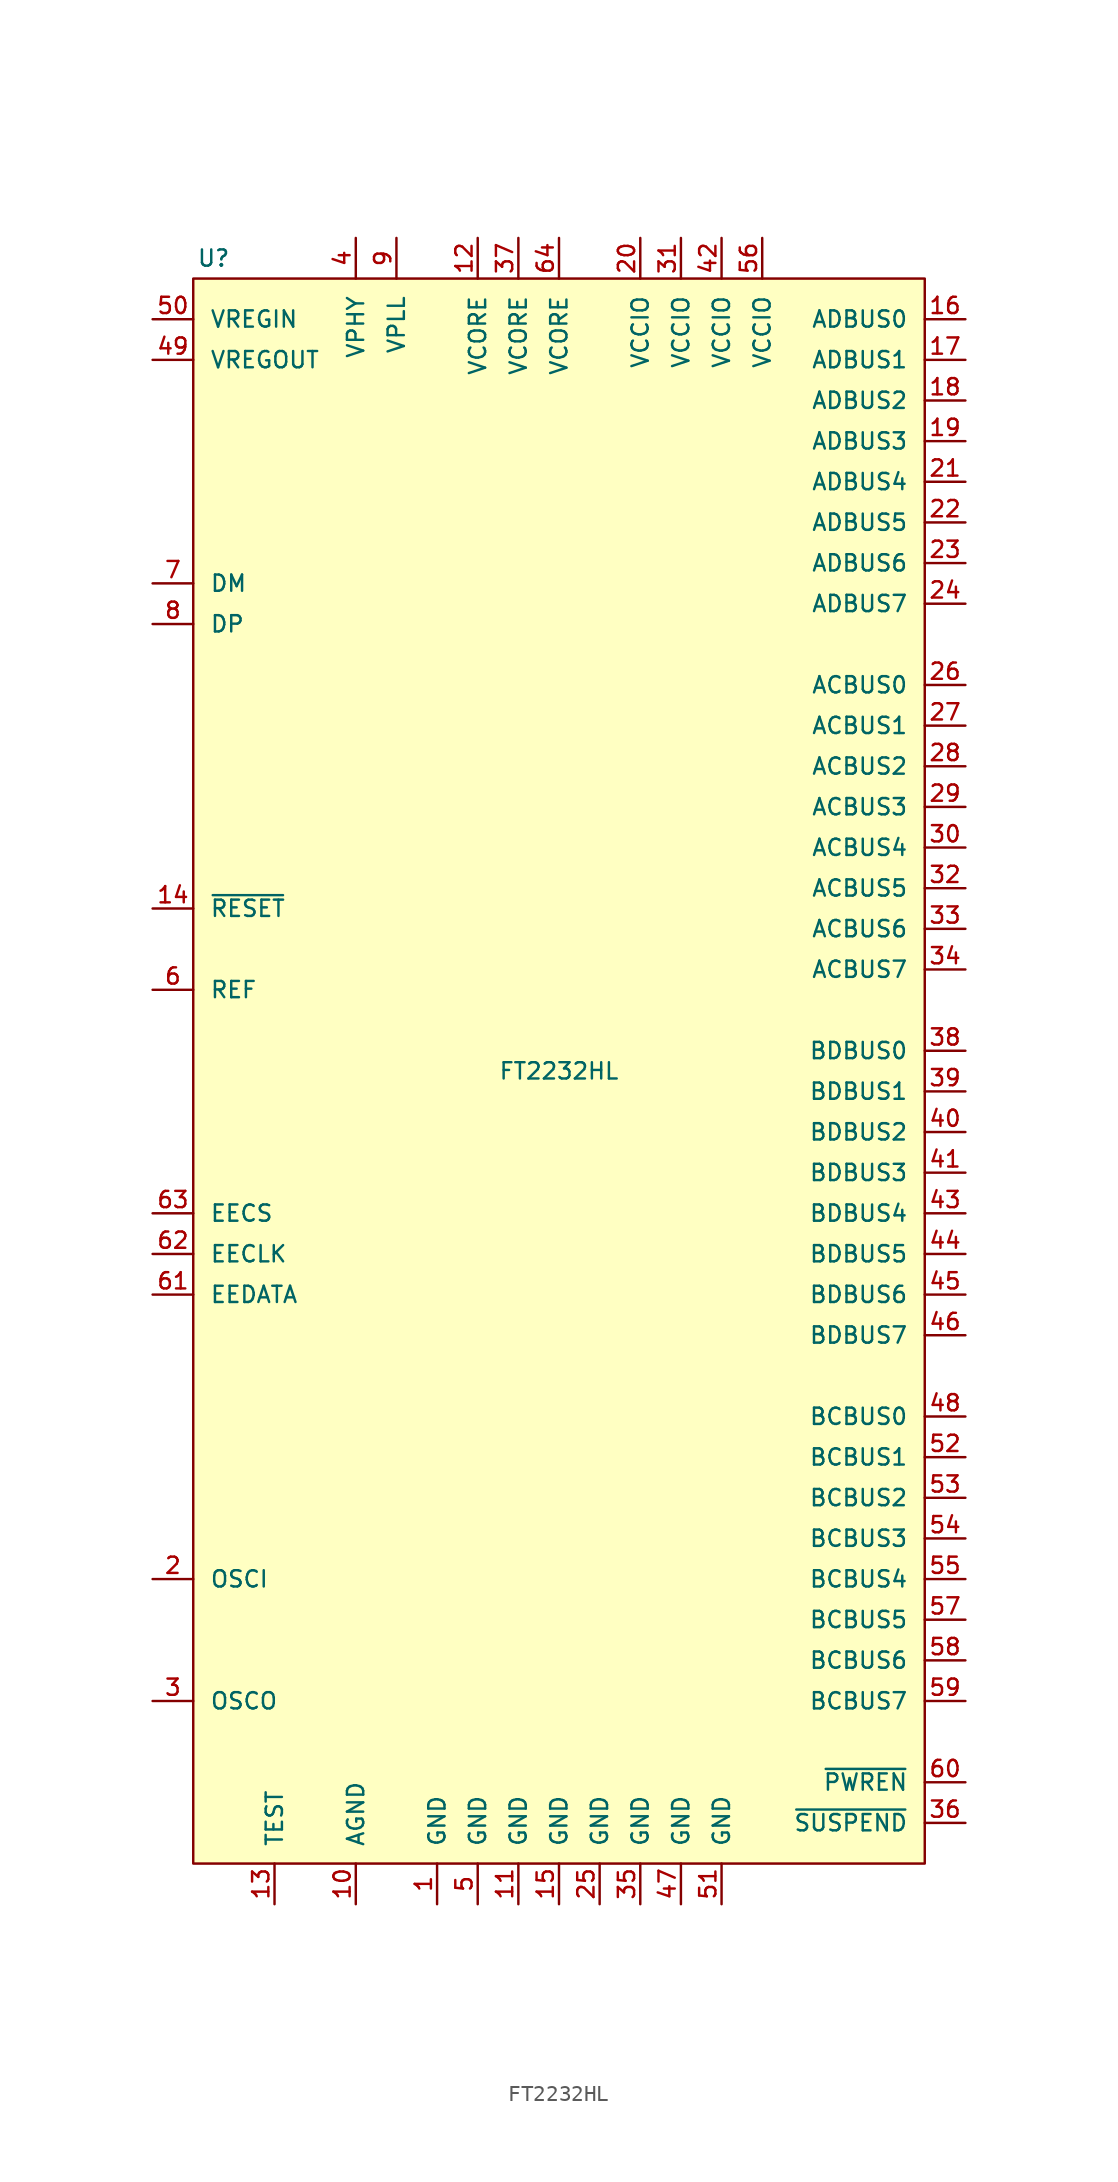
<source format=kicad_sym>
(kicad_symbol_lib
  (version 20211014)
  (generator kicad_symbol_editor)
  (symbol "FT2232HL"
    (pin_names
      (offset 1.016))
    (property "Reference" "U"
      (at -21.59 50.8 0)
      (effects (font (size 1.016 1.016))))
    (property "Value" "FT2232HL"
      (at 0 0 0)
      (effects (font (size 1.016 1.016))))
    (symbol "FT2232HL_0_1"
      (rectangle (start 22.86 49.53) (end -22.86 -49.53) (stroke (width 0) (type default) (color 0 0 0 0)) (fill (type background))))
    (symbol "FT2232HL_1_1"
      (pin power_in line (at -7.62 -52.07 90) (length 2.54) (name "GND" (effects (font (size 1.016 1.016)))) (number "1" (effects (font (size 1.016 1.016)))))
      (pin power_in line (at -12.7 -52.07 90) (length 2.54) (name "AGND" (effects (font (size 1.016 1.016)))) (number "10" (effects (font (size 1.016 1.016)))))
      (pin power_in line (at -2.54 -52.07 90) (length 2.54) (name "GND" (effects (font (size 1.016 1.016)))) (number "11" (effects (font (size 1.016 1.016)))))
      (pin power_in line (at -5.08 52.07 270) (length 2.54) (name "VCORE" (effects (font (size 1.016 1.016)))) (number "12" (effects (font (size 1.016 1.016)))))
      (pin input line (at -17.78 -52.07 90) (length 2.54) (name "TEST" (effects (font (size 1.016 1.016)))) (number "13" (effects (font (size 1.016 1.016)))))
      (pin input line (at -25.4 10.16 0) (length 2.54) (name "~{RESET}" (effects (font (size 1.016 1.016)))) (number "14" (effects (font (size 1.016 1.016)))))
      (pin power_in line (at 0 -52.07 90) (length 2.54) (name "GND" (effects (font (size 1.016 1.016)))) (number "15" (effects (font (size 1.016 1.016)))))
      (pin bidirectional line (at 25.4 46.99 180) (length 2.54) (name "ADBUS0" (effects (font (size 1.016 1.016)))) (number "16" (effects (font (size 1.016 1.016)))))
      (pin bidirectional line (at 25.4 44.45 180) (length 2.54) (name "ADBUS1" (effects (font (size 1.016 1.016)))) (number "17" (effects (font (size 1.016 1.016)))))
      (pin bidirectional line (at 25.4 41.91 180) (length 2.54) (name "ADBUS2" (effects (font (size 1.016 1.016)))) (number "18" (effects (font (size 1.016 1.016)))))
      (pin bidirectional line (at 25.4 39.37 180) (length 2.54) (name "ADBUS3" (effects (font (size 1.016 1.016)))) (number "19" (effects (font (size 1.016 1.016)))))
      (pin input line (at -25.4 -31.75 0) (length 2.54) (name "OSCI" (effects (font (size 1.016 1.016)))) (number "2" (effects (font (size 1.016 1.016)))))
      (pin power_in line (at 5.08 52.07 270) (length 2.54) (name "VCCIO" (effects (font (size 1.016 1.016)))) (number "20" (effects (font (size 1.016 1.016)))))
      (pin bidirectional line (at 25.4 36.83 180) (length 2.54) (name "ADBUS4" (effects (font (size 1.016 1.016)))) (number "21" (effects (font (size 1.016 1.016)))))
      (pin bidirectional line (at 25.4 34.29 180) (length 2.54) (name "ADBUS5" (effects (font (size 1.016 1.016)))) (number "22" (effects (font (size 1.016 1.016)))))
      (pin bidirectional line (at 25.4 31.75 180) (length 2.54) (name "ADBUS6" (effects (font (size 1.016 1.016)))) (number "23" (effects (font (size 1.016 1.016)))))
      (pin bidirectional line (at 25.4 29.21 180) (length 2.54) (name "ADBUS7" (effects (font (size 1.016 1.016)))) (number "24" (effects (font (size 1.016 1.016)))))
      (pin power_in line (at 2.54 -52.07 90) (length 2.54) (name "GND" (effects (font (size 1.016 1.016)))) (number "25" (effects (font (size 1.016 1.016)))))
      (pin bidirectional line (at 25.4 24.13 180) (length 2.54) (name "ACBUS0" (effects (font (size 1.016 1.016)))) (number "26" (effects (font (size 1.016 1.016)))))
      (pin bidirectional line (at 25.4 21.59 180) (length 2.54) (name "ACBUS1" (effects (font (size 1.016 1.016)))) (number "27" (effects (font (size 1.016 1.016)))))
      (pin bidirectional line (at 25.4 19.05 180) (length 2.54) (name "ACBUS2" (effects (font (size 1.016 1.016)))) (number "28" (effects (font (size 1.016 1.016)))))
      (pin bidirectional line (at 25.4 16.51 180) (length 2.54) (name "ACBUS3" (effects (font (size 1.016 1.016)))) (number "29" (effects (font (size 1.016 1.016)))))
      (pin output line (at -25.4 -39.37 0) (length 2.54) (name "OSCO" (effects (font (size 1.016 1.016)))) (number "3" (effects (font (size 1.016 1.016)))))
      (pin bidirectional line (at 25.4 13.97 180) (length 2.54) (name "ACBUS4" (effects (font (size 1.016 1.016)))) (number "30" (effects (font (size 1.016 1.016)))))
      (pin power_in line (at 7.62 52.07 270) (length 2.54) (name "VCCIO" (effects (font (size 1.016 1.016)))) (number "31" (effects (font (size 1.016 1.016)))))
      (pin bidirectional line (at 25.4 11.43 180) (length 2.54) (name "ACBUS5" (effects (font (size 1.016 1.016)))) (number "32" (effects (font (size 1.016 1.016)))))
      (pin bidirectional line (at 25.4 8.89 180) (length 2.54) (name "ACBUS6" (effects (font (size 1.016 1.016)))) (number "33" (effects (font (size 1.016 1.016)))))
      (pin bidirectional line (at 25.4 6.35 180) (length 2.54) (name "ACBUS7" (effects (font (size 1.016 1.016)))) (number "34" (effects (font (size 1.016 1.016)))))
      (pin power_in line (at 5.08 -52.07 90) (length 2.54) (name "GND" (effects (font (size 1.016 1.016)))) (number "35" (effects (font (size 1.016 1.016)))))
      (pin output line (at 25.4 -46.99 180) (length 2.54) (name "~{SUSPEND}" (effects (font (size 1.016 1.016)))) (number "36" (effects (font (size 1.016 1.016)))))
      (pin power_in line (at -2.54 52.07 270) (length 2.54) (name "VCORE" (effects (font (size 1.016 1.016)))) (number "37" (effects (font (size 1.016 1.016)))))
      (pin bidirectional line (at 25.4 1.27 180) (length 2.54) (name "BDBUS0" (effects (font (size 1.016 1.016)))) (number "38" (effects (font (size 1.016 1.016)))))
      (pin bidirectional line (at 25.4 -1.27 180) (length 2.54) (name "BDBUS1" (effects (font (size 1.016 1.016)))) (number "39" (effects (font (size 1.016 1.016)))))
      (pin passive line (at -12.7 52.07 270) (length 2.54) (name "VPHY" (effects (font (size 1.016 1.016)))) (number "4" (effects (font (size 1.016 1.016)))))
      (pin bidirectional line (at 25.4 -3.81 180) (length 2.54) (name "BDBUS2" (effects (font (size 1.016 1.016)))) (number "40" (effects (font (size 1.016 1.016)))))
      (pin bidirectional line (at 25.4 -6.35 180) (length 2.54) (name "BDBUS3" (effects (font (size 1.016 1.016)))) (number "41" (effects (font (size 1.016 1.016)))))
      (pin power_in line (at 10.16 52.07 270) (length 2.54) (name "VCCIO" (effects (font (size 1.016 1.016)))) (number "42" (effects (font (size 1.016 1.016)))))
      (pin bidirectional line (at 25.4 -8.89 180) (length 2.54) (name "BDBUS4" (effects (font (size 1.016 1.016)))) (number "43" (effects (font (size 1.016 1.016)))))
      (pin bidirectional line (at 25.4 -11.43 180) (length 2.54) (name "BDBUS5" (effects (font (size 1.016 1.016)))) (number "44" (effects (font (size 1.016 1.016)))))
      (pin bidirectional line (at 25.4 -13.97 180) (length 2.54) (name "BDBUS6" (effects (font (size 1.016 1.016)))) (number "45" (effects (font (size 1.016 1.016)))))
      (pin bidirectional line (at 25.4 -16.51 180) (length 2.54) (name "BDBUS7" (effects (font (size 1.016 1.016)))) (number "46" (effects (font (size 1.016 1.016)))))
      (pin power_in line (at 7.62 -52.07 90) (length 2.54) (name "GND" (effects (font (size 1.016 1.016)))) (number "47" (effects (font (size 1.016 1.016)))))
      (pin bidirectional line (at 25.4 -21.59 180) (length 2.54) (name "BCBUS0" (effects (font (size 1.016 1.016)))) (number "48" (effects (font (size 1.016 1.016)))))
      (pin power_out line (at -25.4 44.45 0) (length 2.54) (name "VREGOUT" (effects (font (size 1.016 1.016)))) (number "49" (effects (font (size 1.016 1.016)))))
      (pin power_in line (at -5.08 -52.07 90) (length 2.54) (name "GND" (effects (font (size 1.016 1.016)))) (number "5" (effects (font (size 1.016 1.016)))))
      (pin power_in line (at -25.4 46.99 0) (length 2.54) (name "VREGIN" (effects (font (size 1.016 1.016)))) (number "50" (effects (font (size 1.016 1.016)))))
      (pin power_in line (at 10.16 -52.07 90) (length 2.54) (name "GND" (effects (font (size 1.016 1.016)))) (number "51" (effects (font (size 1.016 1.016)))))
      (pin bidirectional line (at 25.4 -24.13 180) (length 2.54) (name "BCBUS1" (effects (font (size 1.016 1.016)))) (number "52" (effects (font (size 1.016 1.016)))))
      (pin bidirectional line (at 25.4 -26.67 180) (length 2.54) (name "BCBUS2" (effects (font (size 1.016 1.016)))) (number "53" (effects (font (size 1.016 1.016)))))
      (pin bidirectional line (at 25.4 -29.21 180) (length 2.54) (name "BCBUS3" (effects (font (size 1.016 1.016)))) (number "54" (effects (font (size 1.016 1.016)))))
      (pin bidirectional line (at 25.4 -31.75 180) (length 2.54) (name "BCBUS4" (effects (font (size 1.016 1.016)))) (number "55" (effects (font (size 1.016 1.016)))))
      (pin power_in line (at 12.7 52.07 270) (length 2.54) (name "VCCIO" (effects (font (size 1.016 1.016)))) (number "56" (effects (font (size 1.016 1.016)))))
      (pin bidirectional line (at 25.4 -34.29 180) (length 2.54) (name "BCBUS5" (effects (font (size 1.016 1.016)))) (number "57" (effects (font (size 1.016 1.016)))))
      (pin bidirectional line (at 25.4 -36.83 180) (length 2.54) (name "BCBUS6" (effects (font (size 1.016 1.016)))) (number "58" (effects (font (size 1.016 1.016)))))
      (pin bidirectional line (at 25.4 -39.37 180) (length 2.54) (name "BCBUS7" (effects (font (size 1.016 1.016)))) (number "59" (effects (font (size 1.016 1.016)))))
      (pin passive line (at -25.4 5.08 0) (length 2.54) (name "REF" (effects (font (size 1.016 1.016)))) (number "6" (effects (font (size 1.016 1.016)))))
      (pin output line (at 25.4 -44.45 180) (length 2.54) (name "~{PWREN}" (effects (font (size 1.016 1.016)))) (number "60" (effects (font (size 1.016 1.016)))))
      (pin bidirectional line (at -25.4 -13.97 0) (length 2.54) (name "EEDATA" (effects (font (size 1.016 1.016)))) (number "61" (effects (font (size 1.016 1.016)))))
      (pin output line (at -25.4 -11.43 0) (length 2.54) (name "EECLK" (effects (font (size 1.016 1.016)))) (number "62" (effects (font (size 1.016 1.016)))))
      (pin bidirectional line (at -25.4 -8.89 0) (length 2.54) (name "EECS" (effects (font (size 1.016 1.016)))) (number "63" (effects (font (size 1.016 1.016)))))
      (pin power_in line (at 0 52.07 270) (length 2.54) (name "VCORE" (effects (font (size 1.016 1.016)))) (number "64" (effects (font (size 1.016 1.016)))))
      (pin bidirectional line (at -25.4 30.48 0) (length 2.54) (name "DM" (effects (font (size 1.016 1.016)))) (number "7" (effects (font (size 1.016 1.016)))))
      (pin bidirectional line (at -25.4 27.94 0) (length 2.54) (name "DP" (effects (font (size 1.016 1.016)))) (number "8" (effects (font (size 1.016 1.016)))))
      (pin passive line (at -10.16 52.07 270) (length 2.54) (name "VPLL" (effects (font (size 1.016 1.016)))) (number "9" (effects (font (size 1.016 1.016))))))))
</source>
